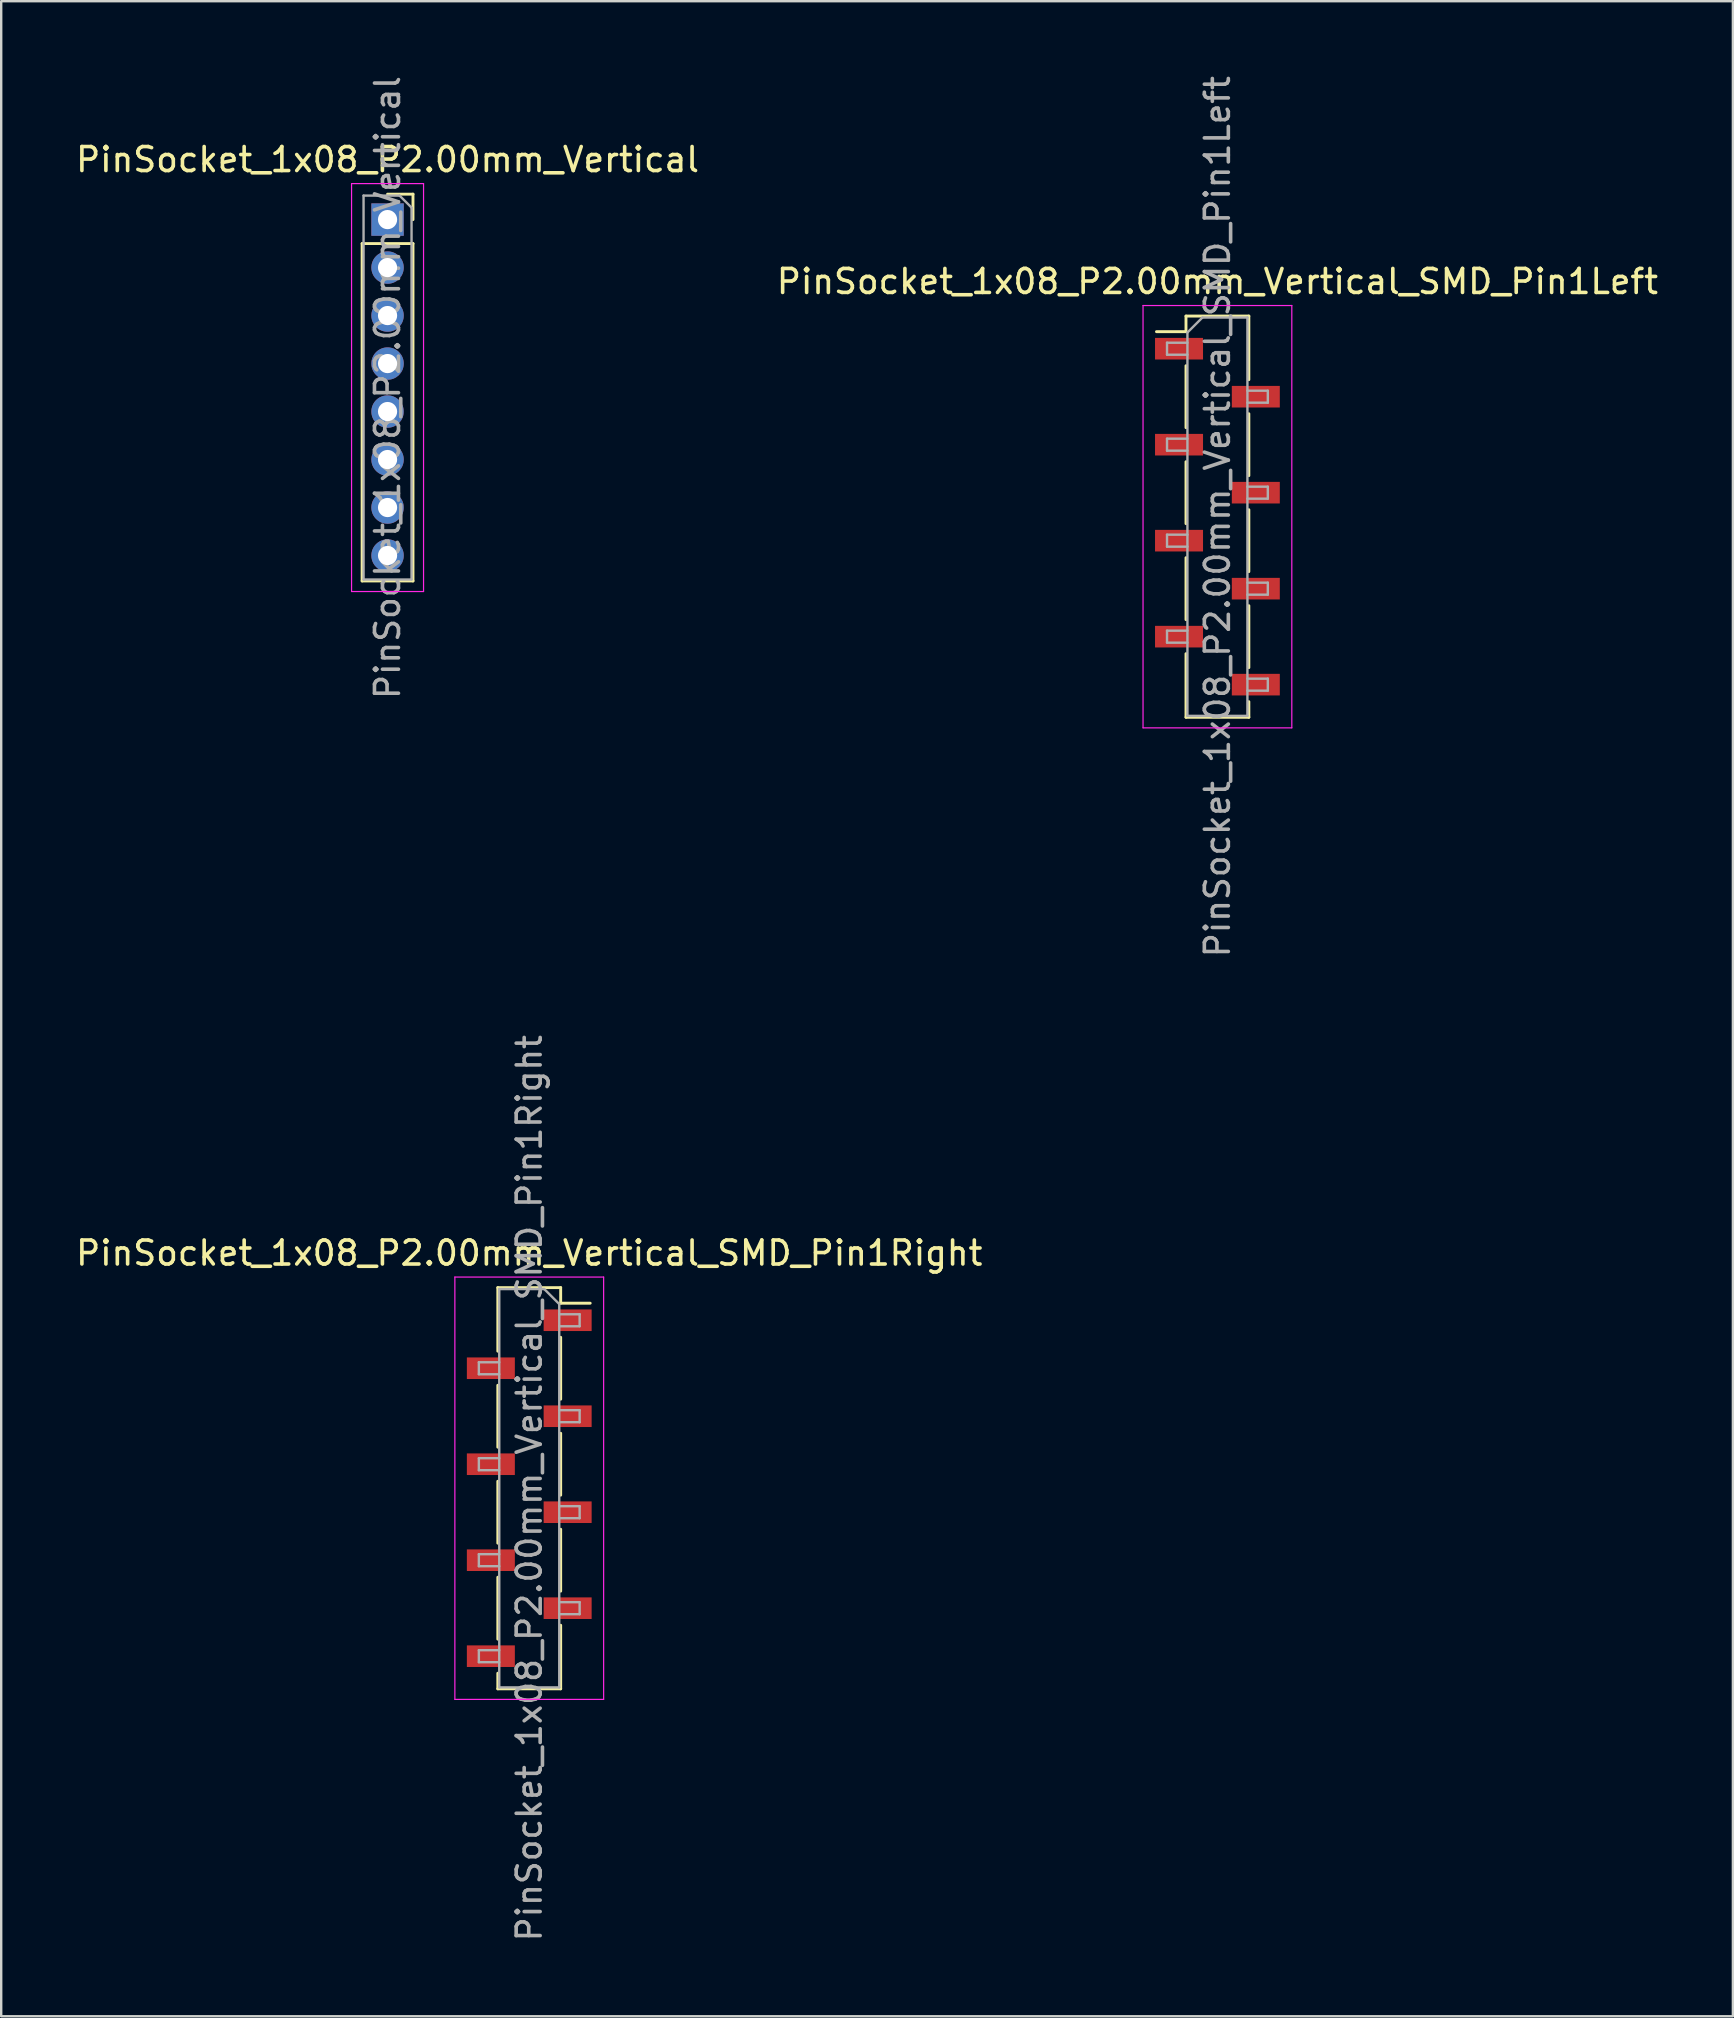
<source format=kicad_pcb>
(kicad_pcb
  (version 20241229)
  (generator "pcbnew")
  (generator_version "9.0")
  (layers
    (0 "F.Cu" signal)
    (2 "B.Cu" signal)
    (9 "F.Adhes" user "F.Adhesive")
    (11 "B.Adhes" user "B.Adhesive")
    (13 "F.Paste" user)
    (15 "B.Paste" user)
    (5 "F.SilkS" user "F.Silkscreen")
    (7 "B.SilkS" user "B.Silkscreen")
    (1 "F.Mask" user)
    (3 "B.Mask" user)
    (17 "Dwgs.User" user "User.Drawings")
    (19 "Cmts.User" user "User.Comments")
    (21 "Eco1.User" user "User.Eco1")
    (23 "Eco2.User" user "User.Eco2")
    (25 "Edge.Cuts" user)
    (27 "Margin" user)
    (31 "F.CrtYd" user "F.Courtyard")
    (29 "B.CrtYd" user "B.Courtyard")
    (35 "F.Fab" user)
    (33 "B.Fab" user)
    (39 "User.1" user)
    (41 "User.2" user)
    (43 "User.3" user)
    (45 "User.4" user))
  (footprint "PinSocket_1x08_P2.00mm_Vertical_SMD_Pin1Left"
    (layer "F.Cu")
    (at 47.685 18.482)
    (property "Reference" "PinSocket_1x08_P2.00mm_Vertical_SMD_Pin1Left" (at 0 -9.8 0) (layer "F.SilkS") (effects (font (size 1 1) (thickness 0.15))))
    (attr smd)
    (fp_line (start -2.54 -7.71) (end -1.31 -7.71) (stroke (width 0.12) (type solid)) (layer "F.SilkS"))
    (fp_line (start -1.31 -8.36) (end -1.31 -7.71) (stroke (width 0.12) (type solid)) (layer "F.SilkS"))
    (fp_line (start -1.31 -8.36) (end 1.31 -8.36) (stroke (width 0.12) (type solid)) (layer "F.SilkS"))
    (fp_line (start -1.31 -6.29) (end -1.31 -3.71) (stroke (width 0.12) (type solid)) (layer "F.SilkS"))
    (fp_line (start -1.31 -2.29) (end -1.31 0.29) (stroke (width 0.12) (type solid)) (layer "F.SilkS"))
    (fp_line (start -1.31 1.71) (end -1.31 4.29) (stroke (width 0.12) (type solid)) (layer "F.SilkS"))
    (fp_line (start -1.31 5.71) (end -1.31 8.36) (stroke (width 0.12) (type solid)) (layer "F.SilkS"))
    (fp_line (start -1.31 8.36) (end 1.31 8.36) (stroke (width 0.12) (type solid)) (layer "F.SilkS"))
    (fp_line (start 1.31 -8.36) (end 1.31 -5.71) (stroke (width 0.12) (type solid)) (layer "F.SilkS"))
    (fp_line (start 1.31 -4.29) (end 1.31 -1.71) (stroke (width 0.12) (type solid)) (layer "F.SilkS"))
    (fp_line (start 1.31 -0.29) (end 1.31 2.29) (stroke (width 0.12) (type solid)) (layer "F.SilkS"))
    (fp_line (start 1.31 3.71) (end 1.31 6.29) (stroke (width 0.12) (type solid)) (layer "F.SilkS"))
    (fp_line (start 1.31 7.71) (end 1.31 8.36) (stroke (width 0.12) (type solid)) (layer "F.SilkS"))
    (fp_line (start -3.1 -8.8) (end 3.1 -8.8) (stroke (width 0.05) (type solid)) (layer "F.CrtYd"))
    (fp_line (start -3.1 8.8) (end -3.1 -8.8) (stroke (width 0.05) (type solid)) (layer "F.CrtYd"))
    (fp_line (start 3.1 -8.8) (end 3.1 8.8) (stroke (width 0.05) (type solid)) (layer "F.CrtYd"))
    (fp_line (start 3.1 8.8) (end -3.1 8.8) (stroke (width 0.05) (type solid)) (layer "F.CrtYd"))
    (fp_line (start -2.1 -7.25) (end -1.25 -7.25) (stroke (width 0.1) (type solid)) (layer "F.Fab"))
    (fp_line (start -2.1 -6.75) (end -2.1 -7.25) (stroke (width 0.1) (type solid)) (layer "F.Fab"))
    (fp_line (start -2.1 -3.25) (end -1.25 -3.25) (stroke (width 0.1) (type solid)) (layer "F.Fab"))
    (fp_line (start -2.1 -2.75) (end -2.1 -3.25) (stroke (width 0.1) (type solid)) (layer "F.Fab"))
    (fp_line (start -2.1 0.75) (end -1.25 0.75) (stroke (width 0.1) (type solid)) (layer "F.Fab"))
    (fp_line (start -2.1 1.25) (end -2.1 0.75) (stroke (width 0.1) (type solid)) (layer "F.Fab"))
    (fp_line (start -2.1 4.75) (end -1.25 4.75) (stroke (width 0.1) (type solid)) (layer "F.Fab"))
    (fp_line (start -2.1 5.25) (end -2.1 4.75) (stroke (width 0.1) (type solid)) (layer "F.Fab"))
    (fp_line (start -1.25 -7.675) (end -0.625 -8.3) (stroke (width 0.1) (type solid)) (layer "F.Fab"))
    (fp_line (start -1.25 -6.75) (end -2.1 -6.75) (stroke (width 0.1) (type solid)) (layer "F.Fab"))
    (fp_line (start -1.25 -2.75) (end -2.1 -2.75) (stroke (width 0.1) (type solid)) (layer "F.Fab"))
    (fp_line (start -1.25 1.25) (end -2.1 1.25) (stroke (width 0.1) (type solid)) (layer "F.Fab"))
    (fp_line (start -1.25 5.25) (end -2.1 5.25) (stroke (width 0.1) (type solid)) (layer "F.Fab"))
    (fp_line (start -1.25 8.3) (end -1.25 -7.675) (stroke (width 0.1) (type solid)) (layer "F.Fab"))
    (fp_line (start -0.625 -8.3) (end 1.25 -8.3) (stroke (width 0.1) (type solid)) (layer "F.Fab"))
    (fp_line (start 1.25 -8.3) (end 1.25 8.3) (stroke (width 0.1) (type solid)) (layer "F.Fab"))
    (fp_line (start 1.25 -5.25) (end 2.1 -5.25) (stroke (width 0.1) (type solid)) (layer "F.Fab"))
    (fp_line (start 1.25 -1.25) (end 2.1 -1.25) (stroke (width 0.1) (type solid)) (layer "F.Fab"))
    (fp_line (start 1.25 2.75) (end 2.1 2.75) (stroke (width 0.1) (type solid)) (layer "F.Fab"))
    (fp_line (start 1.25 6.75) (end 2.1 6.75) (stroke (width 0.1) (type solid)) (layer "F.Fab"))
    (fp_line (start 1.25 8.3) (end -1.25 8.3) (stroke (width 0.1) (type solid)) (layer "F.Fab"))
    (fp_line (start 2.1 -5.25) (end 2.1 -4.75) (stroke (width 0.1) (type solid)) (layer "F.Fab"))
    (fp_line (start 2.1 -4.75) (end 1.25 -4.75) (stroke (width 0.1) (type solid)) (layer "F.Fab"))
    (fp_line (start 2.1 -1.25) (end 2.1 -0.75) (stroke (width 0.1) (type solid)) (layer "F.Fab"))
    (fp_line (start 2.1 -0.75) (end 1.25 -0.75) (stroke (width 0.1) (type solid)) (layer "F.Fab"))
    (fp_line (start 2.1 2.75) (end 2.1 3.25) (stroke (width 0.1) (type solid)) (layer "F.Fab"))
    (fp_line (start 2.1 3.25) (end 1.25 3.25) (stroke (width 0.1) (type solid)) (layer "F.Fab"))
    (fp_line (start 2.1 6.75) (end 2.1 7.25) (stroke (width 0.1) (type solid)) (layer "F.Fab"))
    (fp_line (start 2.1 7.25) (end 1.25 7.25) (stroke (width 0.1) (type solid)) (layer "F.Fab"))
    (fp_text user "${REFERENCE}" (at 0 0 90) (layer "F.Fab") (effects (font (size 1 1) (thickness 0.15))))
    (pad "1" smd rect (at -1.6 -7) (size 2 0.9) (layers "F.Cu" "F.Mask" "F.Paste"))
    (pad "2" smd rect (at 1.6 -5) (size 2 0.9) (layers "F.Cu" "F.Mask" "F.Paste"))
    (pad "3" smd rect (at -1.6 -3) (size 2 0.9) (layers "F.Cu" "F.Mask" "F.Paste"))
    (pad "4" smd rect (at 1.6 -1) (size 2 0.9) (layers "F.Cu" "F.Mask" "F.Paste"))
    (pad "5" smd rect (at -1.6 1) (size 2 0.9) (layers "F.Cu" "F.Mask" "F.Paste"))
    (pad "6" smd rect (at 1.6 3) (size 2 0.9) (layers "F.Cu" "F.Mask" "F.Paste"))
    (pad "7" smd rect (at -1.6 5) (size 2 0.9) (layers "F.Cu" "F.Mask" "F.Paste"))
    (pad "8" smd rect (at 1.6 7) (size 2 0.9) (layers "F.Cu" "F.Mask" "F.Paste")))
  (footprint "PinSocket_1x08_P2.00mm_Vertical_SMD_Pin1Right"
    (layer "F.Cu")
    (at 19.006 58.97)
    (property "Reference" "PinSocket_1x08_P2.00mm_Vertical_SMD_Pin1Right" (at 0 -9.8 0) (layer "F.SilkS") (effects (font (size 1 1) (thickness 0.15))))
    (attr smd)
    (fp_line (start -1.31 -8.36) (end -1.31 -5.71) (stroke (width 0.12) (type solid)) (layer "F.SilkS"))
    (fp_line (start -1.31 -8.36) (end 1.31 -8.36) (stroke (width 0.12) (type solid)) (layer "F.SilkS"))
    (fp_line (start -1.31 -4.29) (end -1.31 -1.71) (stroke (width 0.12) (type solid)) (layer "F.SilkS"))
    (fp_line (start -1.31 -0.29) (end -1.31 2.29) (stroke (width 0.12) (type solid)) (layer "F.SilkS"))
    (fp_line (start -1.31 3.71) (end -1.31 6.29) (stroke (width 0.12) (type solid)) (layer "F.SilkS"))
    (fp_line (start -1.31 7.71) (end -1.31 8.36) (stroke (width 0.12) (type solid)) (layer "F.SilkS"))
    (fp_line (start -1.31 8.36) (end 1.31 8.36) (stroke (width 0.12) (type solid)) (layer "F.SilkS"))
    (fp_line (start 1.31 -8.36) (end 1.31 -7.71) (stroke (width 0.12) (type solid)) (layer "F.SilkS"))
    (fp_line (start 1.31 -7.71) (end 2.54 -7.71) (stroke (width 0.12) (type solid)) (layer "F.SilkS"))
    (fp_line (start 1.31 -6.29) (end 1.31 -3.71) (stroke (width 0.12) (type solid)) (layer "F.SilkS"))
    (fp_line (start 1.31 -2.29) (end 1.31 0.29) (stroke (width 0.12) (type solid)) (layer "F.SilkS"))
    (fp_line (start 1.31 1.71) (end 1.31 4.29) (stroke (width 0.12) (type solid)) (layer "F.SilkS"))
    (fp_line (start 1.31 5.71) (end 1.31 8.36) (stroke (width 0.12) (type solid)) (layer "F.SilkS"))
    (fp_line (start -3.1 -8.8) (end 3.1 -8.8) (stroke (width 0.05) (type solid)) (layer "F.CrtYd"))
    (fp_line (start -3.1 8.8) (end -3.1 -8.8) (stroke (width 0.05) (type solid)) (layer "F.CrtYd"))
    (fp_line (start 3.1 -8.8) (end 3.1 8.8) (stroke (width 0.05) (type solid)) (layer "F.CrtYd"))
    (fp_line (start 3.1 8.8) (end -3.1 8.8) (stroke (width 0.05) (type solid)) (layer "F.CrtYd"))
    (fp_line (start -2.1 -5.25) (end -1.25 -5.25) (stroke (width 0.1) (type solid)) (layer "F.Fab"))
    (fp_line (start -2.1 -4.75) (end -2.1 -5.25) (stroke (width 0.1) (type solid)) (layer "F.Fab"))
    (fp_line (start -2.1 -1.25) (end -1.25 -1.25) (stroke (width 0.1) (type solid)) (layer "F.Fab"))
    (fp_line (start -2.1 -0.75) (end -2.1 -1.25) (stroke (width 0.1) (type solid)) (layer "F.Fab"))
    (fp_line (start -2.1 2.75) (end -1.25 2.75) (stroke (width 0.1) (type solid)) (layer "F.Fab"))
    (fp_line (start -2.1 3.25) (end -2.1 2.75) (stroke (width 0.1) (type solid)) (layer "F.Fab"))
    (fp_line (start -2.1 6.75) (end -1.25 6.75) (stroke (width 0.1) (type solid)) (layer "F.Fab"))
    (fp_line (start -2.1 7.25) (end -2.1 6.75) (stroke (width 0.1) (type solid)) (layer "F.Fab"))
    (fp_line (start -1.25 -8.3) (end 0.625 -8.3) (stroke (width 0.1) (type solid)) (layer "F.Fab"))
    (fp_line (start -1.25 -4.75) (end -2.1 -4.75) (stroke (width 0.1) (type solid)) (layer "F.Fab"))
    (fp_line (start -1.25 -0.75) (end -2.1 -0.75) (stroke (width 0.1) (type solid)) (layer "F.Fab"))
    (fp_line (start -1.25 3.25) (end -2.1 3.25) (stroke (width 0.1) (type solid)) (layer "F.Fab"))
    (fp_line (start -1.25 7.25) (end -2.1 7.25) (stroke (width 0.1) (type solid)) (layer "F.Fab"))
    (fp_line (start -1.25 8.3) (end -1.25 -8.3) (stroke (width 0.1) (type solid)) (layer "F.Fab"))
    (fp_line (start 0.625 -8.3) (end 1.25 -7.675) (stroke (width 0.1) (type solid)) (layer "F.Fab"))
    (fp_line (start 1.25 -7.675) (end 1.25 8.3) (stroke (width 0.1) (type solid)) (layer "F.Fab"))
    (fp_line (start 1.25 -7.25) (end 2.1 -7.25) (stroke (width 0.1) (type solid)) (layer "F.Fab"))
    (fp_line (start 1.25 -3.25) (end 2.1 -3.25) (stroke (width 0.1) (type solid)) (layer "F.Fab"))
    (fp_line (start 1.25 0.75) (end 2.1 0.75) (stroke (width 0.1) (type solid)) (layer "F.Fab"))
    (fp_line (start 1.25 4.75) (end 2.1 4.75) (stroke (width 0.1) (type solid)) (layer "F.Fab"))
    (fp_line (start 1.25 8.3) (end -1.25 8.3) (stroke (width 0.1) (type solid)) (layer "F.Fab"))
    (fp_line (start 2.1 -7.25) (end 2.1 -6.75) (stroke (width 0.1) (type solid)) (layer "F.Fab"))
    (fp_line (start 2.1 -6.75) (end 1.25 -6.75) (stroke (width 0.1) (type solid)) (layer "F.Fab"))
    (fp_line (start 2.1 -3.25) (end 2.1 -2.75) (stroke (width 0.1) (type solid)) (layer "F.Fab"))
    (fp_line (start 2.1 -2.75) (end 1.25 -2.75) (stroke (width 0.1) (type solid)) (layer "F.Fab"))
    (fp_line (start 2.1 0.75) (end 2.1 1.25) (stroke (width 0.1) (type solid)) (layer "F.Fab"))
    (fp_line (start 2.1 1.25) (end 1.25 1.25) (stroke (width 0.1) (type solid)) (layer "F.Fab"))
    (fp_line (start 2.1 4.75) (end 2.1 5.25) (stroke (width 0.1) (type solid)) (layer "F.Fab"))
    (fp_line (start 2.1 5.25) (end 1.25 5.25) (stroke (width 0.1) (type solid)) (layer "F.Fab"))
    (fp_text user "${REFERENCE}" (at 0 0 90) (layer "F.Fab") (effects (font (size 1 1) (thickness 0.15))))
    (pad "1" smd rect (at 1.6 -7) (size 2 0.9) (layers "F.Cu" "F.Mask" "F.Paste"))
    (pad "2" smd rect (at -1.6 -5) (size 2 0.9) (layers "F.Cu" "F.Mask" "F.Paste"))
    (pad "3" smd rect (at 1.6 -3) (size 2 0.9) (layers "F.Cu" "F.Mask" "F.Paste"))
    (pad "4" smd rect (at -1.6 -1) (size 2 0.9) (layers "F.Cu" "F.Mask" "F.Paste"))
    (pad "5" smd rect (at 1.6 1) (size 2 0.9) (layers "F.Cu" "F.Mask" "F.Paste"))
    (pad "6" smd rect (at -1.6 3) (size 2 0.9) (layers "F.Cu" "F.Mask" "F.Paste"))
    (pad "7" smd rect (at 1.6 5) (size 2 0.9) (layers "F.Cu" "F.Mask" "F.Paste"))
    (pad "8" smd rect (at -1.6 7) (size 2 0.9) (layers "F.Cu" "F.Mask" "F.Paste")))
  (footprint "PinSocket_1x08_P2.00mm_Vertical"
    (layer "F.Cu")
    (at 13.101 6.101)
    (property "Reference" "PinSocket_1x08_P2.00mm_Vertical" (at 0 -2.5 0) (layer "F.SilkS") (effects (font (size 1 1) (thickness 0.15))))
    (attr through_hole)
    (fp_line (start -1.06 1) (end -1.06 15.06) (stroke (width 0.12) (type solid)) (layer "F.SilkS"))
    (fp_line (start -1.06 1) (end 1.06 1) (stroke (width 0.12) (type solid)) (layer "F.SilkS"))
    (fp_line (start -1.06 15.06) (end 1.06 15.06) (stroke (width 0.12) (type solid)) (layer "F.SilkS"))
    (fp_line (start 0 -1.06) (end 1.06 -1.06) (stroke (width 0.12) (type solid)) (layer "F.SilkS"))
    (fp_line (start 1.06 -1.06) (end 1.06 0) (stroke (width 0.12) (type solid)) (layer "F.SilkS"))
    (fp_line (start 1.06 1) (end 1.06 15.06) (stroke (width 0.12) (type solid)) (layer "F.SilkS"))
    (fp_line (start -1.5 -1.5) (end 1.5 -1.5) (stroke (width 0.05) (type solid)) (layer "F.CrtYd"))
    (fp_line (start -1.5 15.5) (end -1.5 -1.5) (stroke (width 0.05) (type solid)) (layer "F.CrtYd"))
    (fp_line (start 1.5 -1.5) (end 1.5 15.5) (stroke (width 0.05) (type solid)) (layer "F.CrtYd"))
    (fp_line (start 1.5 15.5) (end -1.5 15.5) (stroke (width 0.05) (type solid)) (layer "F.CrtYd"))
    (fp_line (start -1 -1) (end 0.5 -1) (stroke (width 0.1) (type solid)) (layer "F.Fab"))
    (fp_line (start -1 15) (end -1 -1) (stroke (width 0.1) (type solid)) (layer "F.Fab"))
    (fp_line (start 0.5 -1) (end 1 -0.5) (stroke (width 0.1) (type solid)) (layer "F.Fab"))
    (fp_line (start 1 -0.5) (end 1 15) (stroke (width 0.1) (type solid)) (layer "F.Fab"))
    (fp_line (start 1 15) (end -1 15) (stroke (width 0.1) (type solid)) (layer "F.Fab"))
    (fp_text user "${REFERENCE}" (at 0 7 90) (layer "F.Fab") (effects (font (size 1 1) (thickness 0.15))))
    (pad "1" thru_hole rect (at 0 0) (size 1.35 1.35) (drill 0.8) (layers "*.Cu" "*.Mask"))
    (pad "2" thru_hole oval (at 0 2) (size 1.35 1.35) (drill 0.8) (layers "*.Cu" "*.Mask"))
    (pad "3" thru_hole oval (at 0 4) (size 1.35 1.35) (drill 0.8) (layers "*.Cu" "*.Mask"))
    (pad "4" thru_hole oval (at 0 6) (size 1.35 1.35) (drill 0.8) (layers "*.Cu" "*.Mask"))
    (pad "5" thru_hole oval (at 0 8) (size 1.35 1.35) (drill 0.8) (layers "*.Cu" "*.Mask"))
    (pad "6" thru_hole oval (at 0 10) (size 1.35 1.35) (drill 0.8) (layers "*.Cu" "*.Mask"))
    (pad "7" thru_hole oval (at 0 12) (size 1.35 1.35) (drill 0.8) (layers "*.Cu" "*.Mask"))
    (pad "8" thru_hole oval (at 0 14) (size 1.35 1.35) (drill 0.8) (layers "*.Cu" "*.Mask")))
  (gr_rect
    (start -3 -3)
    (end 69.167 80.976)
    (stroke (width 0.1) (type default))
    (fill no)
    (layer "Edge.Cuts")))
</source>
